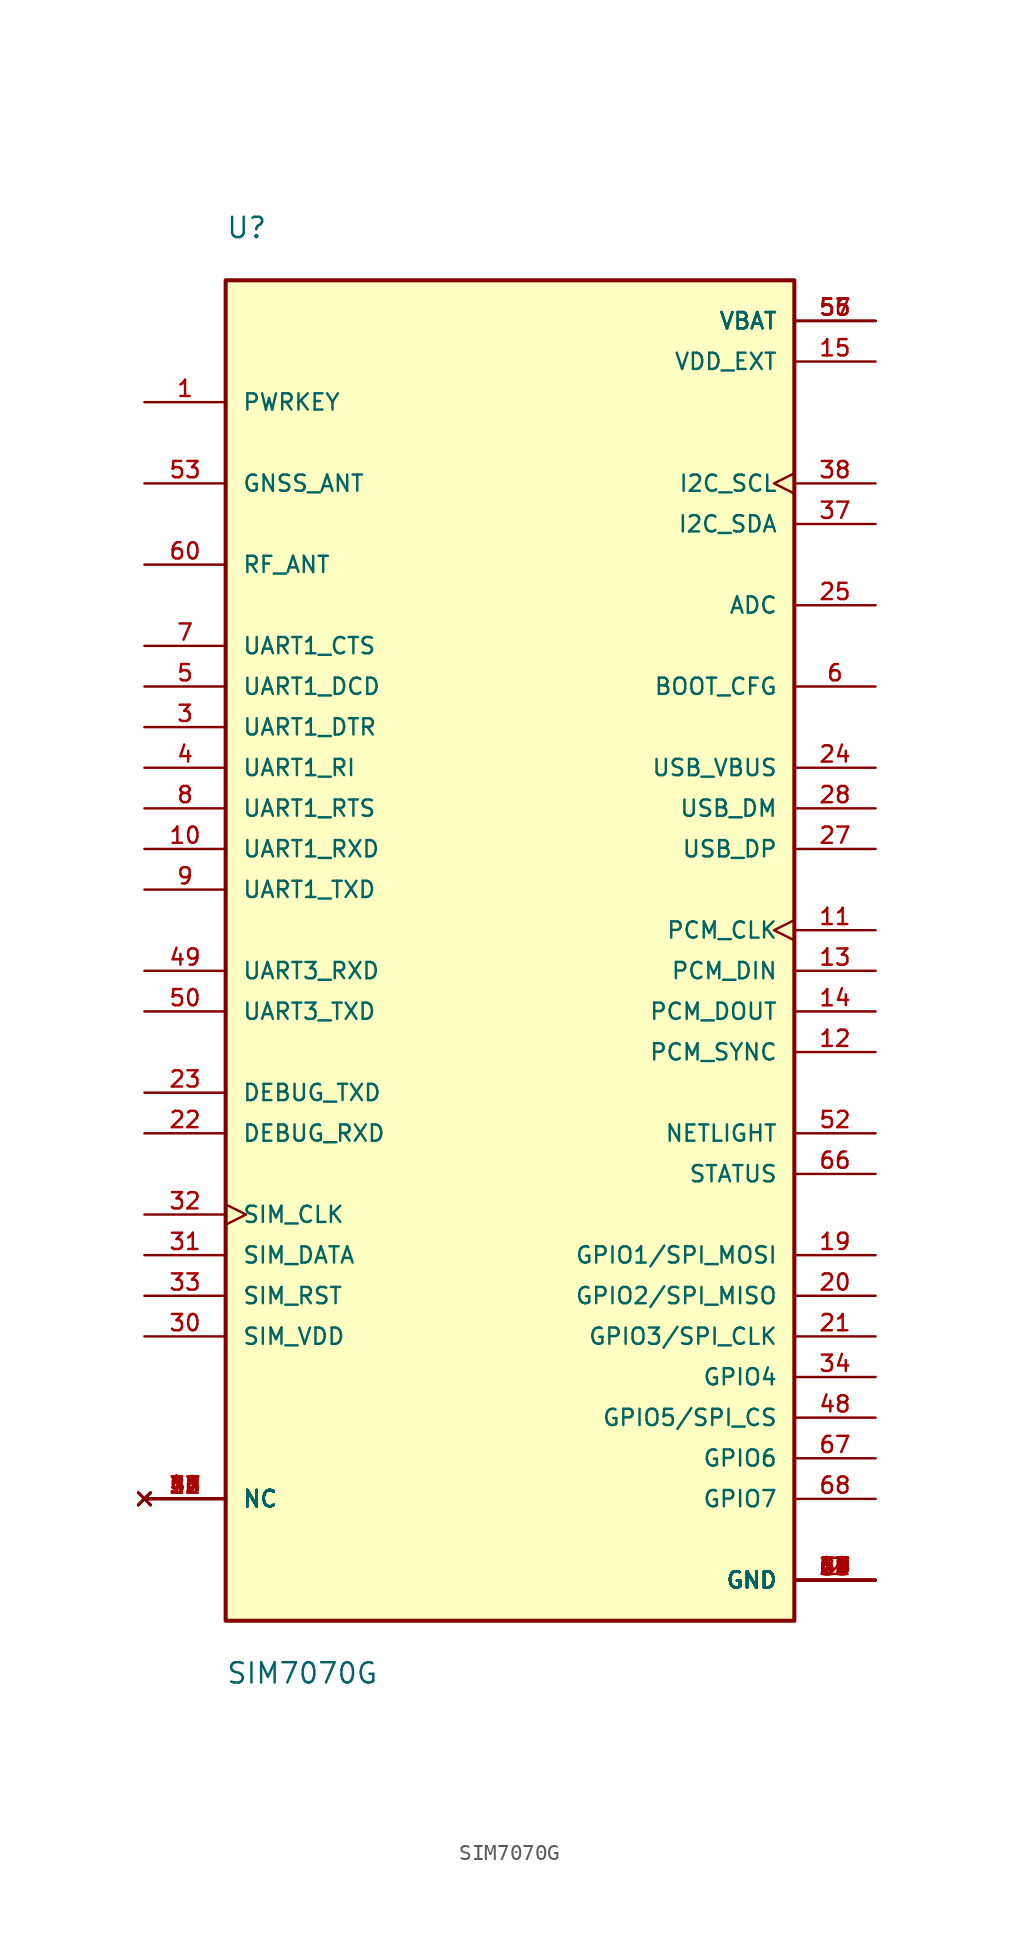
<source format=kicad_sym>
(kicad_symbol_lib
  (version 20231120)
  (generator "kicad_symbol_editor")
  (generator_version "8.0")
  (symbol "SIM7070G"
    (pin_names
      (offset 1.016))
    (property "Reference" "U"
      (at -17.78 45.72 0)
      (effects (font (size 1.27 1.27)) (justify left bottom)))
    (property "Value" "SIM7070G"
      (at -17.78 -43.18 0)
      (effects (font (size 1.27 1.27)) (justify left top)))
    (symbol "SIM7070G_0_0"
      (rectangle (start -17.78 -40.64) (end 17.78 43.18) (stroke (width 0.254) (type default)) (fill (type background)))
      (pin input line (at -22.86 35.56 0) (length 5.08) (name "PWRKEY" (effects (font (size 1.016 1.016)))) (number "1" (effects (font (size 1.016 1.016)))))
      (pin input line (at -22.86 7.62 0) (length 5.08) (name "UART1_RXD" (effects (font (size 1.016 1.016)))) (number "10" (effects (font (size 1.016 1.016)))))
      (pin output clock (at 22.86 2.54 180) (length 5.08) (name "PCM_CLK" (effects (font (size 1.016 1.016)))) (number "11" (effects (font (size 1.016 1.016)))))
      (pin output line (at 22.86 -5.08 180) (length 5.08) (name "PCM_SYNC" (effects (font (size 1.016 1.016)))) (number "12" (effects (font (size 1.016 1.016)))))
      (pin input line (at 22.86 0 180) (length 5.08) (name "PCM_DIN" (effects (font (size 1.016 1.016)))) (number "13" (effects (font (size 1.016 1.016)))))
      (pin output line (at 22.86 -2.54 180) (length 5.08) (name "PCM_DOUT" (effects (font (size 1.016 1.016)))) (number "14" (effects (font (size 1.016 1.016)))))
      (pin power_in line (at 22.86 38.1 180) (length 5.08) (name "VDD_EXT" (effects (font (size 1.016 1.016)))) (number "15" (effects (font (size 1.016 1.016)))))
      (pin no_connect line (at -22.86 -33.02 0) (length 5.08) (name "NC" (effects (font (size 1.016 1.016)))) (number "16" (effects (font (size 1.016 1.016)))))
      (pin power_in line (at 22.86 -38.1 180) (length 5.08) (name "GND" (effects (font (size 1.016 1.016)))) (number "17" (effects (font (size 1.016 1.016)))))
      (pin power_in line (at 22.86 -38.1 180) (length 5.08) (name "GND" (effects (font (size 1.016 1.016)))) (number "18" (effects (font (size 1.016 1.016)))))
      (pin bidirectional line (at 22.86 -17.78 180) (length 5.08) (name "GPIO1/SPI_MOSI" (effects (font (size 1.016 1.016)))) (number "19" (effects (font (size 1.016 1.016)))))
      (pin power_in line (at 22.86 -38.1 180) (length 5.08) (name "GND" (effects (font (size 1.016 1.016)))) (number "2" (effects (font (size 1.016 1.016)))))
      (pin bidirectional line (at 22.86 -20.32 180) (length 5.08) (name "GPIO2/SPI_MISO" (effects (font (size 1.016 1.016)))) (number "20" (effects (font (size 1.016 1.016)))))
      (pin bidirectional line (at 22.86 -22.86 180) (length 5.08) (name "GPIO3/SPI_CLK" (effects (font (size 1.016 1.016)))) (number "21" (effects (font (size 1.016 1.016)))))
      (pin input line (at -22.86 -10.16 0) (length 5.08) (name "DEBUG_RXD" (effects (font (size 1.016 1.016)))) (number "22" (effects (font (size 1.016 1.016)))))
      (pin output line (at -22.86 -7.62 0) (length 5.08) (name "DEBUG_TXD" (effects (font (size 1.016 1.016)))) (number "23" (effects (font (size 1.016 1.016)))))
      (pin input line (at 22.86 12.7 180) (length 5.08) (name "USB_VBUS" (effects (font (size 1.016 1.016)))) (number "24" (effects (font (size 1.016 1.016)))))
      (pin input line (at 22.86 22.86 180) (length 5.08) (name "ADC" (effects (font (size 1.016 1.016)))) (number "25" (effects (font (size 1.016 1.016)))))
      (pin no_connect line (at -22.86 -33.02 0) (length 5.08) (name "NC" (effects (font (size 1.016 1.016)))) (number "26" (effects (font (size 1.016 1.016)))))
      (pin bidirectional line (at 22.86 7.62 180) (length 5.08) (name "USB_DP" (effects (font (size 1.016 1.016)))) (number "27" (effects (font (size 1.016 1.016)))))
      (pin bidirectional line (at 22.86 10.16 180) (length 5.08) (name "USB_DM" (effects (font (size 1.016 1.016)))) (number "28" (effects (font (size 1.016 1.016)))))
      (pin power_in line (at 22.86 -38.1 180) (length 5.08) (name "GND" (effects (font (size 1.016 1.016)))) (number "29" (effects (font (size 1.016 1.016)))))
      (pin input line (at -22.86 15.24 0) (length 5.08) (name "UART1_DTR" (effects (font (size 1.016 1.016)))) (number "3" (effects (font (size 1.016 1.016)))))
      (pin output line (at -22.86 -22.86 0) (length 5.08) (name "SIM_VDD" (effects (font (size 1.016 1.016)))) (number "30" (effects (font (size 1.016 1.016)))))
      (pin bidirectional line (at -22.86 -17.78 0) (length 5.08) (name "SIM_DATA" (effects (font (size 1.016 1.016)))) (number "31" (effects (font (size 1.016 1.016)))))
      (pin output clock (at -22.86 -15.24 0) (length 5.08) (name "SIM_CLK" (effects (font (size 1.016 1.016)))) (number "32" (effects (font (size 1.016 1.016)))))
      (pin output line (at -22.86 -20.32 0) (length 5.08) (name "SIM_RST" (effects (font (size 1.016 1.016)))) (number "33" (effects (font (size 1.016 1.016)))))
      (pin bidirectional line (at 22.86 -25.4 180) (length 5.08) (name "GPIO4" (effects (font (size 1.016 1.016)))) (number "34" (effects (font (size 1.016 1.016)))))
      (pin no_connect line (at -22.86 -33.02 0) (length 5.08) (name "NC" (effects (font (size 1.016 1.016)))) (number "35" (effects (font (size 1.016 1.016)))))
      (pin no_connect line (at -22.86 -33.02 0) (length 5.08) (name "NC" (effects (font (size 1.016 1.016)))) (number "36" (effects (font (size 1.016 1.016)))))
      (pin bidirectional line (at 22.86 27.94 180) (length 5.08) (name "I2C_SDA" (effects (font (size 1.016 1.016)))) (number "37" (effects (font (size 1.016 1.016)))))
      (pin output clock (at 22.86 30.48 180) (length 5.08) (name "I2C_SCL" (effects (font (size 1.016 1.016)))) (number "38" (effects (font (size 1.016 1.016)))))
      (pin power_in line (at 22.86 -38.1 180) (length 5.08) (name "GND" (effects (font (size 1.016 1.016)))) (number "39" (effects (font (size 1.016 1.016)))))
      (pin output line (at -22.86 12.7 0) (length 5.08) (name "UART1_RI" (effects (font (size 1.016 1.016)))) (number "4" (effects (font (size 1.016 1.016)))))
      (pin no_connect line (at -22.86 -33.02 0) (length 5.08) (name "NC" (effects (font (size 1.016 1.016)))) (number "40" (effects (font (size 1.016 1.016)))))
      (pin no_connect line (at -22.86 -33.02 0) (length 5.08) (name "NC" (effects (font (size 1.016 1.016)))) (number "41" (effects (font (size 1.016 1.016)))))
      (pin no_connect line (at -22.86 -33.02 0) (length 5.08) (name "NC" (effects (font (size 1.016 1.016)))) (number "42" (effects (font (size 1.016 1.016)))))
      (pin no_connect line (at -22.86 -33.02 0) (length 5.08) (name "NC" (effects (font (size 1.016 1.016)))) (number "43" (effects (font (size 1.016 1.016)))))
      (pin no_connect line (at -22.86 -33.02 0) (length 5.08) (name "NC" (effects (font (size 1.016 1.016)))) (number "44" (effects (font (size 1.016 1.016)))))
      (pin power_in line (at 22.86 -38.1 180) (length 5.08) (name "GND" (effects (font (size 1.016 1.016)))) (number "45" (effects (font (size 1.016 1.016)))))
      (pin power_in line (at 22.86 -38.1 180) (length 5.08) (name "GND" (effects (font (size 1.016 1.016)))) (number "46" (effects (font (size 1.016 1.016)))))
      (pin no_connect line (at -22.86 -33.02 0) (length 5.08) (name "NC" (effects (font (size 1.016 1.016)))) (number "47" (effects (font (size 1.016 1.016)))))
      (pin bidirectional line (at 22.86 -27.94 180) (length 5.08) (name "GPIO5/SPI_CS" (effects (font (size 1.016 1.016)))) (number "48" (effects (font (size 1.016 1.016)))))
      (pin input line (at -22.86 0 0) (length 5.08) (name "UART3_RXD" (effects (font (size 1.016 1.016)))) (number "49" (effects (font (size 1.016 1.016)))))
      (pin output line (at -22.86 17.78 0) (length 5.08) (name "UART1_DCD" (effects (font (size 1.016 1.016)))) (number "5" (effects (font (size 1.016 1.016)))))
      (pin output line (at -22.86 -2.54 0) (length 5.08) (name "UART3_TXD" (effects (font (size 1.016 1.016)))) (number "50" (effects (font (size 1.016 1.016)))))
      (pin no_connect line (at -22.86 -33.02 0) (length 5.08) (name "NC" (effects (font (size 1.016 1.016)))) (number "51" (effects (font (size 1.016 1.016)))))
      (pin output line (at 22.86 -10.16 180) (length 5.08) (name "NETLIGHT" (effects (font (size 1.016 1.016)))) (number "52" (effects (font (size 1.016 1.016)))))
      (pin input line (at -22.86 30.48 0) (length 5.08) (name "GNSS_ANT" (effects (font (size 1.016 1.016)))) (number "53" (effects (font (size 1.016 1.016)))))
      (pin power_in line (at 22.86 -38.1 180) (length 5.08) (name "GND" (effects (font (size 1.016 1.016)))) (number "54" (effects (font (size 1.016 1.016)))))
      (pin power_in line (at 22.86 40.64 180) (length 5.08) (name "VBAT" (effects (font (size 1.016 1.016)))) (number "55" (effects (font (size 1.016 1.016)))))
      (pin power_in line (at 22.86 40.64 180) (length 5.08) (name "VBAT" (effects (font (size 1.016 1.016)))) (number "56" (effects (font (size 1.016 1.016)))))
      (pin power_in line (at 22.86 40.64 180) (length 5.08) (name "VBAT" (effects (font (size 1.016 1.016)))) (number "57" (effects (font (size 1.016 1.016)))))
      (pin power_in line (at 22.86 -38.1 180) (length 5.08) (name "GND" (effects (font (size 1.016 1.016)))) (number "58" (effects (font (size 1.016 1.016)))))
      (pin power_in line (at 22.86 -38.1 180) (length 5.08) (name "GND" (effects (font (size 1.016 1.016)))) (number "59" (effects (font (size 1.016 1.016)))))
      (pin input line (at 22.86 17.78 180) (length 5.08) (name "BOOT_CFG" (effects (font (size 1.016 1.016)))) (number "6" (effects (font (size 1.016 1.016)))))
      (pin bidirectional line (at -22.86 25.4 0) (length 5.08) (name "RF_ANT" (effects (font (size 1.016 1.016)))) (number "60" (effects (font (size 1.016 1.016)))))
      (pin power_in line (at 22.86 -38.1 180) (length 5.08) (name "GND" (effects (font (size 1.016 1.016)))) (number "61" (effects (font (size 1.016 1.016)))))
      (pin power_in line (at 22.86 -38.1 180) (length 5.08) (name "GND" (effects (font (size 1.016 1.016)))) (number "62" (effects (font (size 1.016 1.016)))))
      (pin power_in line (at 22.86 -38.1 180) (length 5.08) (name "GND" (effects (font (size 1.016 1.016)))) (number "63" (effects (font (size 1.016 1.016)))))
      (pin power_in line (at 22.86 -38.1 180) (length 5.08) (name "GND" (effects (font (size 1.016 1.016)))) (number "64" (effects (font (size 1.016 1.016)))))
      (pin power_in line (at 22.86 -38.1 180) (length 5.08) (name "GND" (effects (font (size 1.016 1.016)))) (number "65" (effects (font (size 1.016 1.016)))))
      (pin output line (at 22.86 -12.7 180) (length 5.08) (name "STATUS" (effects (font (size 1.016 1.016)))) (number "66" (effects (font (size 1.016 1.016)))))
      (pin bidirectional line (at 22.86 -30.48 180) (length 5.08) (name "GPIO6" (effects (font (size 1.016 1.016)))) (number "67" (effects (font (size 1.016 1.016)))))
      (pin bidirectional line (at 22.86 -33.02 180) (length 5.08) (name "GPIO7" (effects (font (size 1.016 1.016)))) (number "68" (effects (font (size 1.016 1.016)))))
      (pin output line (at -22.86 20.32 0) (length 5.08) (name "UART1_CTS" (effects (font (size 1.016 1.016)))) (number "7" (effects (font (size 1.016 1.016)))))
      (pin input line (at -22.86 10.16 0) (length 5.08) (name "UART1_RTS" (effects (font (size 1.016 1.016)))) (number "8" (effects (font (size 1.016 1.016)))))
      (pin output line (at -22.86 5.08 0) (length 5.08) (name "UART1_TXD" (effects (font (size 1.016 1.016)))) (number "9" (effects (font (size 1.016 1.016))))))))
</source>
